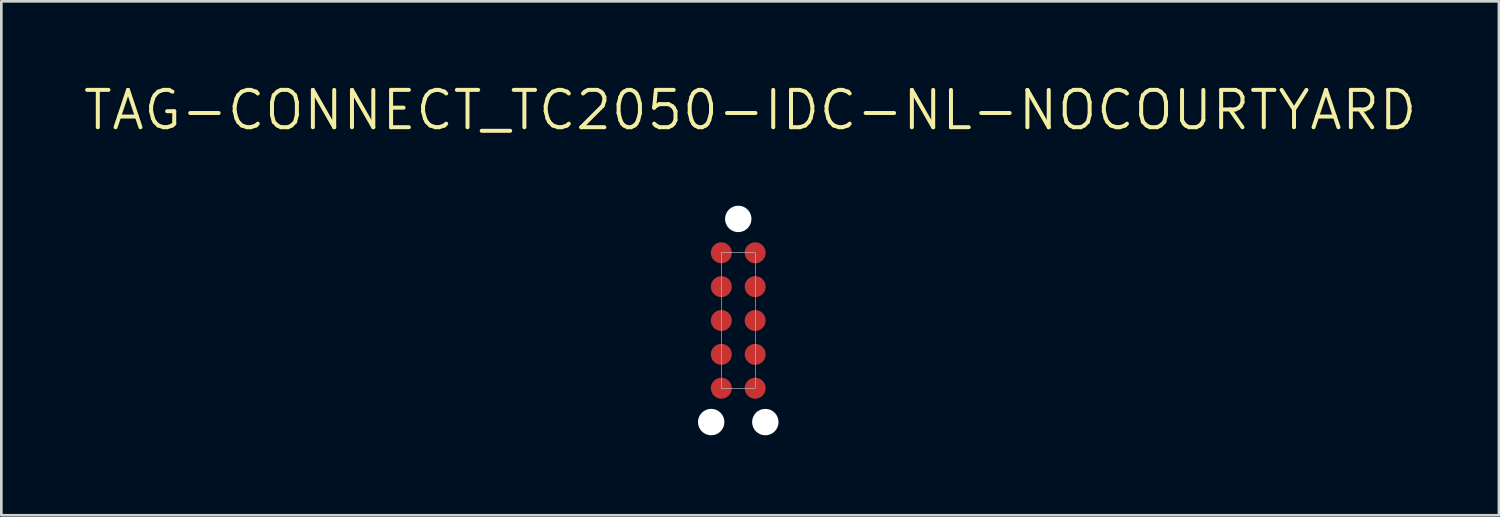
<source format=kicad_pcb>
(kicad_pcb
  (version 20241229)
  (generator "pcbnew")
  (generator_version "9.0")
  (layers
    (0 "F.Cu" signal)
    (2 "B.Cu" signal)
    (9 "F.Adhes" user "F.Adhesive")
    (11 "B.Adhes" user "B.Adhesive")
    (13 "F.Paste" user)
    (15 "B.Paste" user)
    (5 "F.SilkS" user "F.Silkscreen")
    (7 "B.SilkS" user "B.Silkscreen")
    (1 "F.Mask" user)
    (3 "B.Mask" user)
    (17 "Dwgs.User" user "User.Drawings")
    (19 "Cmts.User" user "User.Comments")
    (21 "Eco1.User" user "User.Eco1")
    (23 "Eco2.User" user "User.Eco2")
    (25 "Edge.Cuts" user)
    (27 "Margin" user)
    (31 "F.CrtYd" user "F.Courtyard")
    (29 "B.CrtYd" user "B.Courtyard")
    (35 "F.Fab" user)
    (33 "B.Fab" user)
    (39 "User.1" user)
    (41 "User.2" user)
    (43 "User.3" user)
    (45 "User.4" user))
  (footprint "TAG-CONNECT_TC2050-IDC-NL-NOCOURTYARD"
    (layer "F.Cu")
    (at 24.005 6.431)
    (property "Reference" "TAG-CONNECT_TC2050-IDC-NL-NOCOURTYARD" (at 1.08 -5.349 0) (layer "F.SilkS") (effects (font (size 1.4 1.4) (thickness 0.15))))
    (attr through_hole)
    (fp_poly (pts (xy 0 0) (xy 1.27 0) (xy 1.27 5.08) (xy 0 5.08)) (stroke (width 0.01) (type solid)) (fill no) (layer "Dwgs.User"))
    (fp_poly (pts (xy 0 0) (xy 1.27 0) (xy 1.27 5.08) (xy 0 5.08)) (stroke (width 0.01) (type solid)) (fill no) (layer "Dwgs.User"))
    (fp_poly (pts (xy 0 0) (xy 1.27 0) (xy 1.27 5.08) (xy 0 5.08)) (stroke (width 0.01) (type solid)) (fill no) (layer "Dwgs.User"))
    (pad "" np_thru_hole circle (at -0.38 6.35) (size 0.991 0.991) (drill 0.991) (layers "*.Cu" "*.Mask"))
    (pad "" np_thru_hole circle (at 0.635 -1.27) (size 0.991 0.991) (drill 0.991) (layers "*.Cu" "*.Mask"))
    (pad "" np_thru_hole circle (at 1.65 6.35) (size 0.991 0.991) (drill 0.991) (layers "*.Cu" "*.Mask"))
    (pad "1" smd circle (at 0 0) (size 0.787 0.787) (layers "F.Cu" "F.Mask"))
    (pad "2" smd circle (at 0 1.27) (size 0.787 0.787) (layers "F.Cu" "F.Mask"))
    (pad "3" smd circle (at 0 2.54) (size 0.787 0.787) (layers "F.Cu" "F.Mask"))
    (pad "4" smd circle (at 0 3.81) (size 0.787 0.787) (layers "F.Cu" "F.Mask"))
    (pad "5" smd circle (at 0 5.08) (size 0.787 0.787) (layers "F.Cu" "F.Mask"))
    (pad "6" smd circle (at 1.27 5.08) (size 0.787 0.787) (layers "F.Cu" "F.Mask"))
    (pad "7" smd circle (at 1.27 3.81) (size 0.787 0.787) (layers "F.Cu" "F.Mask"))
    (pad "8" smd circle (at 1.27 2.54) (size 0.787 0.787) (layers "F.Cu" "F.Mask"))
    (pad "9" smd circle (at 1.27 1.27) (size 0.787 0.787) (layers "F.Cu" "F.Mask"))
    (pad "10" smd circle (at 1.27 0) (size 0.787 0.787) (layers "F.Cu" "F.Mask")))
  (gr_rect
    (start -3 -3)
    (end 53.17 16.277)
    (stroke (width 0.1) (type default))
    (fill no)
    (layer "Edge.Cuts")))
</source>
